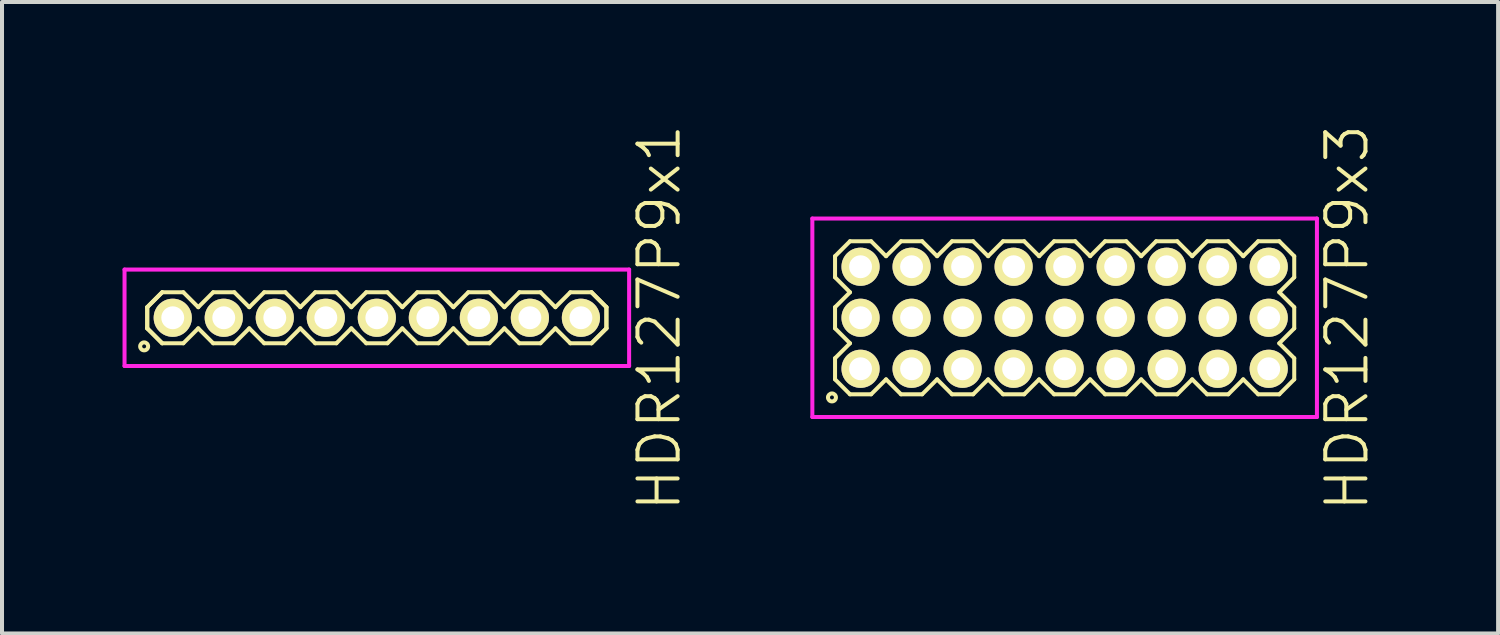
<source format=kicad_pcb>
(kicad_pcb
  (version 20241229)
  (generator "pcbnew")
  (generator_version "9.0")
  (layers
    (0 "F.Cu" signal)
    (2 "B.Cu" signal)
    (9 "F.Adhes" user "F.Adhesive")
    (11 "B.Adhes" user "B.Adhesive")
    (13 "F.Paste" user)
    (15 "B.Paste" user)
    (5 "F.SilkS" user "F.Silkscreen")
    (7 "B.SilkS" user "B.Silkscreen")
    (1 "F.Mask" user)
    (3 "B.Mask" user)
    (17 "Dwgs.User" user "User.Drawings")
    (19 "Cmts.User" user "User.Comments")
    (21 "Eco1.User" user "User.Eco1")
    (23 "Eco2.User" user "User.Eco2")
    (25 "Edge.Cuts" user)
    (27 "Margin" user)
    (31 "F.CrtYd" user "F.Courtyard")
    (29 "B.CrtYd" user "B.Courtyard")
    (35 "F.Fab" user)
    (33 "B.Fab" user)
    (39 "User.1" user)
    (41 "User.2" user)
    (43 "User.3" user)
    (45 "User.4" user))
  (footprint "HDR127P9x3"
    (layer "F.Cu")
    (at 23.451 4.86)
    (property "Reference" "HDR127P9x3" (at 7.03 0 90) (layer "F.SilkS") (effects (font (size 1 1) (thickness 0.1))))
    (attr through_hole)
    (fp_line (start -5.715 -1.533) (end -5.343 -1.905) (stroke (width 0.1) (type solid)) (layer "F.SilkS"))
    (fp_line (start -5.715 -1.007) (end -5.715 -1.533) (stroke (width 0.1) (type solid)) (layer "F.SilkS"))
    (fp_line (start -5.715 -0.263) (end -5.343 -0.635) (stroke (width 0.1) (type solid)) (layer "F.SilkS"))
    (fp_line (start -5.715 0.263) (end -5.715 -0.263) (stroke (width 0.1) (type solid)) (layer "F.SilkS"))
    (fp_line (start -5.715 1.007) (end -5.343 0.635) (stroke (width 0.1) (type solid)) (layer "F.SilkS"))
    (fp_line (start -5.715 1.533) (end -5.715 1.007) (stroke (width 0.1) (type solid)) (layer "F.SilkS"))
    (fp_line (start -5.343 -1.905) (end -4.817 -1.905) (stroke (width 0.1) (type solid)) (layer "F.SilkS"))
    (fp_line (start -5.343 -0.635) (end -5.715 -1.007) (stroke (width 0.1) (type solid)) (layer "F.SilkS"))
    (fp_line (start -5.343 0.635) (end -5.715 0.263) (stroke (width 0.1) (type solid)) (layer "F.SilkS"))
    (fp_line (start -5.343 1.905) (end -5.715 1.533) (stroke (width 0.1) (type solid)) (layer "F.SilkS"))
    (fp_line (start -4.817 -1.905) (end -4.445 -1.533) (stroke (width 0.1) (type solid)) (layer "F.SilkS"))
    (fp_line (start -4.817 1.905) (end -5.343 1.905) (stroke (width 0.1) (type solid)) (layer "F.SilkS"))
    (fp_line (start -4.445 -1.533) (end -4.073 -1.905) (stroke (width 0.1) (type solid)) (layer "F.SilkS"))
    (fp_line (start -4.445 1.533) (end -4.817 1.905) (stroke (width 0.1) (type solid)) (layer "F.SilkS"))
    (fp_line (start -4.073 -1.905) (end -3.547 -1.905) (stroke (width 0.1) (type solid)) (layer "F.SilkS"))
    (fp_line (start -4.073 1.905) (end -4.445 1.533) (stroke (width 0.1) (type solid)) (layer "F.SilkS"))
    (fp_line (start -3.547 -1.905) (end -3.175 -1.533) (stroke (width 0.1) (type solid)) (layer "F.SilkS"))
    (fp_line (start -3.547 1.905) (end -4.073 1.905) (stroke (width 0.1) (type solid)) (layer "F.SilkS"))
    (fp_line (start -3.175 -1.533) (end -2.803 -1.905) (stroke (width 0.1) (type solid)) (layer "F.SilkS"))
    (fp_line (start -3.175 1.533) (end -3.547 1.905) (stroke (width 0.1) (type solid)) (layer "F.SilkS"))
    (fp_line (start -2.803 -1.905) (end -2.277 -1.905) (stroke (width 0.1) (type solid)) (layer "F.SilkS"))
    (fp_line (start -2.803 1.905) (end -3.175 1.533) (stroke (width 0.1) (type solid)) (layer "F.SilkS"))
    (fp_line (start -2.277 -1.905) (end -1.905 -1.533) (stroke (width 0.1) (type solid)) (layer "F.SilkS"))
    (fp_line (start -2.277 1.905) (end -2.803 1.905) (stroke (width 0.1) (type solid)) (layer "F.SilkS"))
    (fp_line (start -1.905 -1.533) (end -1.533 -1.905) (stroke (width 0.1) (type solid)) (layer "F.SilkS"))
    (fp_line (start -1.905 1.533) (end -2.277 1.905) (stroke (width 0.1) (type solid)) (layer "F.SilkS"))
    (fp_line (start -1.533 -1.905) (end -1.007 -1.905) (stroke (width 0.1) (type solid)) (layer "F.SilkS"))
    (fp_line (start -1.533 1.905) (end -1.905 1.533) (stroke (width 0.1) (type solid)) (layer "F.SilkS"))
    (fp_line (start -1.007 -1.905) (end -0.635 -1.533) (stroke (width 0.1) (type solid)) (layer "F.SilkS"))
    (fp_line (start -1.007 1.905) (end -1.533 1.905) (stroke (width 0.1) (type solid)) (layer "F.SilkS"))
    (fp_line (start -0.635 -1.533) (end -0.263 -1.905) (stroke (width 0.1) (type solid)) (layer "F.SilkS"))
    (fp_line (start -0.635 1.533) (end -1.007 1.905) (stroke (width 0.1) (type solid)) (layer "F.SilkS"))
    (fp_line (start -0.263 -1.905) (end 0.263 -1.905) (stroke (width 0.1) (type solid)) (layer "F.SilkS"))
    (fp_line (start -0.263 1.905) (end -0.635 1.533) (stroke (width 0.1) (type solid)) (layer "F.SilkS"))
    (fp_line (start 0.263 -1.905) (end 0.635 -1.533) (stroke (width 0.1) (type solid)) (layer "F.SilkS"))
    (fp_line (start 0.263 1.905) (end -0.263 1.905) (stroke (width 0.1) (type solid)) (layer "F.SilkS"))
    (fp_line (start 0.635 -1.533) (end 1.007 -1.905) (stroke (width 0.1) (type solid)) (layer "F.SilkS"))
    (fp_line (start 0.635 1.533) (end 0.263 1.905) (stroke (width 0.1) (type solid)) (layer "F.SilkS"))
    (fp_line (start 1.007 -1.905) (end 1.533 -1.905) (stroke (width 0.1) (type solid)) (layer "F.SilkS"))
    (fp_line (start 1.007 1.905) (end 0.635 1.533) (stroke (width 0.1) (type solid)) (layer "F.SilkS"))
    (fp_line (start 1.533 -1.905) (end 1.905 -1.533) (stroke (width 0.1) (type solid)) (layer "F.SilkS"))
    (fp_line (start 1.533 1.905) (end 1.007 1.905) (stroke (width 0.1) (type solid)) (layer "F.SilkS"))
    (fp_line (start 1.905 -1.533) (end 2.277 -1.905) (stroke (width 0.1) (type solid)) (layer "F.SilkS"))
    (fp_line (start 1.905 1.533) (end 1.533 1.905) (stroke (width 0.1) (type solid)) (layer "F.SilkS"))
    (fp_line (start 2.277 -1.905) (end 2.803 -1.905) (stroke (width 0.1) (type solid)) (layer "F.SilkS"))
    (fp_line (start 2.277 1.905) (end 1.905 1.533) (stroke (width 0.1) (type solid)) (layer "F.SilkS"))
    (fp_line (start 2.803 -1.905) (end 3.175 -1.533) (stroke (width 0.1) (type solid)) (layer "F.SilkS"))
    (fp_line (start 2.803 1.905) (end 2.277 1.905) (stroke (width 0.1) (type solid)) (layer "F.SilkS"))
    (fp_line (start 3.175 -1.533) (end 3.547 -1.905) (stroke (width 0.1) (type solid)) (layer "F.SilkS"))
    (fp_line (start 3.175 1.533) (end 2.803 1.905) (stroke (width 0.1) (type solid)) (layer "F.SilkS"))
    (fp_line (start 3.547 -1.905) (end 4.073 -1.905) (stroke (width 0.1) (type solid)) (layer "F.SilkS"))
    (fp_line (start 3.547 1.905) (end 3.175 1.533) (stroke (width 0.1) (type solid)) (layer "F.SilkS"))
    (fp_line (start 4.073 -1.905) (end 4.445 -1.533) (stroke (width 0.1) (type solid)) (layer "F.SilkS"))
    (fp_line (start 4.073 1.905) (end 3.547 1.905) (stroke (width 0.1) (type solid)) (layer "F.SilkS"))
    (fp_line (start 4.445 -1.533) (end 4.817 -1.905) (stroke (width 0.1) (type solid)) (layer "F.SilkS"))
    (fp_line (start 4.445 1.533) (end 4.073 1.905) (stroke (width 0.1) (type solid)) (layer "F.SilkS"))
    (fp_line (start 4.817 -1.905) (end 5.343 -1.905) (stroke (width 0.1) (type solid)) (layer "F.SilkS"))
    (fp_line (start 4.817 1.905) (end 4.445 1.533) (stroke (width 0.1) (type solid)) (layer "F.SilkS"))
    (fp_line (start 5.343 -1.905) (end 5.715 -1.533) (stroke (width 0.1) (type solid)) (layer "F.SilkS"))
    (fp_line (start 5.343 -0.635) (end 5.715 -0.263) (stroke (width 0.1) (type solid)) (layer "F.SilkS"))
    (fp_line (start 5.343 0.635) (end 5.715 1.007) (stroke (width 0.1) (type solid)) (layer "F.SilkS"))
    (fp_line (start 5.343 1.905) (end 4.817 1.905) (stroke (width 0.1) (type solid)) (layer "F.SilkS"))
    (fp_line (start 5.715 -1.533) (end 5.715 -1.007) (stroke (width 0.1) (type solid)) (layer "F.SilkS"))
    (fp_line (start 5.715 -1.007) (end 5.343 -0.635) (stroke (width 0.1) (type solid)) (layer "F.SilkS"))
    (fp_line (start 5.715 -0.263) (end 5.715 0.263) (stroke (width 0.1) (type solid)) (layer "F.SilkS"))
    (fp_line (start 5.715 0.263) (end 5.343 0.635) (stroke (width 0.1) (type solid)) (layer "F.SilkS"))
    (fp_line (start 5.715 1.007) (end 5.715 1.533) (stroke (width 0.1) (type solid)) (layer "F.SilkS"))
    (fp_line (start 5.715 1.533) (end 5.343 1.905) (stroke (width 0.1) (type solid)) (layer "F.SilkS"))
    (fp_circle (center -5.792 1.983) (end -5.693 1.983) (stroke (width 0.1) (type solid)) (fill no) (layer "F.SilkS"))
    (fp_line (start -6.28 -2.47) (end -6.28 2.47) (stroke (width 0.1) (type solid)) (layer "F.CrtYd"))
    (fp_line (start -6.28 2.47) (end 6.28 2.47) (stroke (width 0.1) (type solid)) (layer "F.CrtYd"))
    (fp_line (start 6.28 -2.47) (end -6.28 -2.47) (stroke (width 0.1) (type solid)) (layer "F.CrtYd"))
    (fp_line (start 6.28 2.47) (end 6.28 -2.47) (stroke (width 0.1) (type solid)) (layer "F.CrtYd"))
    (pad "1" thru_hole oval (at -5.08 1.27) (size 0.95 0.95) (drill 0.57) (layers "*.Cu" "*.Mask" "F.SilkS"))
    (pad "2" thru_hole oval (at -5.08 0) (size 0.95 0.95) (drill 0.57) (layers "*.Cu" "*.Mask" "F.SilkS"))
    (pad "3" thru_hole oval (at -5.08 -1.27) (size 0.95 0.95) (drill 0.57) (layers "*.Cu" "*.Mask" "F.SilkS"))
    (pad "4" thru_hole oval (at -3.81 1.27) (size 0.95 0.95) (drill 0.57) (layers "*.Cu" "*.Mask" "F.SilkS"))
    (pad "5" thru_hole oval (at -3.81 0) (size 0.95 0.95) (drill 0.57) (layers "*.Cu" "*.Mask" "F.SilkS"))
    (pad "6" thru_hole oval (at -3.81 -1.27) (size 0.95 0.95) (drill 0.57) (layers "*.Cu" "*.Mask" "F.SilkS"))
    (pad "7" thru_hole oval (at -2.54 1.27) (size 0.95 0.95) (drill 0.57) (layers "*.Cu" "*.Mask" "F.SilkS"))
    (pad "8" thru_hole oval (at -2.54 0) (size 0.95 0.95) (drill 0.57) (layers "*.Cu" "*.Mask" "F.SilkS"))
    (pad "9" thru_hole oval (at -2.54 -1.27) (size 0.95 0.95) (drill 0.57) (layers "*.Cu" "*.Mask" "F.SilkS"))
    (pad "10" thru_hole oval (at -1.27 1.27) (size 0.95 0.95) (drill 0.57) (layers "*.Cu" "*.Mask" "F.SilkS"))
    (pad "11" thru_hole oval (at -1.27 0) (size 0.95 0.95) (drill 0.57) (layers "*.Cu" "*.Mask" "F.SilkS"))
    (pad "12" thru_hole oval (at -1.27 -1.27) (size 0.95 0.95) (drill 0.57) (layers "*.Cu" "*.Mask" "F.SilkS"))
    (pad "13" thru_hole oval (at 0 1.27) (size 0.95 0.95) (drill 0.57) (layers "*.Cu" "*.Mask" "F.SilkS"))
    (pad "14" thru_hole oval (at 0 0) (size 0.95 0.95) (drill 0.57) (layers "*.Cu" "*.Mask" "F.SilkS"))
    (pad "15" thru_hole oval (at 0 -1.27) (size 0.95 0.95) (drill 0.57) (layers "*.Cu" "*.Mask" "F.SilkS"))
    (pad "16" thru_hole oval (at 1.27 1.27) (size 0.95 0.95) (drill 0.57) (layers "*.Cu" "*.Mask" "F.SilkS"))
    (pad "17" thru_hole oval (at 1.27 0) (size 0.95 0.95) (drill 0.57) (layers "*.Cu" "*.Mask" "F.SilkS"))
    (pad "18" thru_hole oval (at 1.27 -1.27) (size 0.95 0.95) (drill 0.57) (layers "*.Cu" "*.Mask" "F.SilkS"))
    (pad "19" thru_hole oval (at 2.54 1.27) (size 0.95 0.95) (drill 0.57) (layers "*.Cu" "*.Mask" "F.SilkS"))
    (pad "20" thru_hole oval (at 2.54 0) (size 0.95 0.95) (drill 0.57) (layers "*.Cu" "*.Mask" "F.SilkS"))
    (pad "21" thru_hole oval (at 2.54 -1.27) (size 0.95 0.95) (drill 0.57) (layers "*.Cu" "*.Mask" "F.SilkS"))
    (pad "22" thru_hole oval (at 3.81 1.27) (size 0.95 0.95) (drill 0.57) (layers "*.Cu" "*.Mask" "F.SilkS"))
    (pad "23" thru_hole oval (at 3.81 0) (size 0.95 0.95) (drill 0.57) (layers "*.Cu" "*.Mask" "F.SilkS"))
    (pad "24" thru_hole oval (at 3.81 -1.27) (size 0.95 0.95) (drill 0.57) (layers "*.Cu" "*.Mask" "F.SilkS"))
    (pad "25" thru_hole oval (at 5.08 1.27) (size 0.95 0.95) (drill 0.57) (layers "*.Cu" "*.Mask" "F.SilkS"))
    (pad "26" thru_hole oval (at 5.08 0) (size 0.95 0.95) (drill 0.57) (layers "*.Cu" "*.Mask" "F.SilkS"))
    (pad "27" thru_hole oval (at 5.08 -1.27) (size 0.95 0.95) (drill 0.57) (layers "*.Cu" "*.Mask" "F.SilkS")))
  (footprint "HDR127P9x1"
    (layer "F.Cu")
    (at 6.33 4.86)
    (property "Reference" "HDR127P9x1" (at 7.03 0 90) (layer "F.SilkS") (effects (font (size 1 1) (thickness 0.1))))
    (attr through_hole)
    (fp_line (start -5.715 -0.263) (end -5.343 -0.635) (stroke (width 0.1) (type solid)) (layer "F.SilkS"))
    (fp_line (start -5.715 -0.263) (end -5.343 -0.635) (stroke (width 0.1) (type solid)) (layer "F.SilkS"))
    (fp_line (start -5.715 0.263) (end -5.715 -0.263) (stroke (width 0.1) (type solid)) (layer "F.SilkS"))
    (fp_line (start -5.715 0.263) (end -5.715 -0.263) (stroke (width 0.1) (type solid)) (layer "F.SilkS"))
    (fp_line (start -5.343 -0.635) (end -4.817 -0.635) (stroke (width 0.1) (type solid)) (layer "F.SilkS"))
    (fp_line (start -5.343 0.635) (end -5.715 0.263) (stroke (width 0.1) (type solid)) (layer "F.SilkS"))
    (fp_line (start -5.343 0.635) (end -5.715 0.263) (stroke (width 0.1) (type solid)) (layer "F.SilkS"))
    (fp_line (start -4.817 -0.635) (end -4.445 -0.263) (stroke (width 0.1) (type solid)) (layer "F.SilkS"))
    (fp_line (start -4.817 0.635) (end -5.343 0.635) (stroke (width 0.1) (type solid)) (layer "F.SilkS"))
    (fp_line (start -4.445 -0.263) (end -4.073 -0.635) (stroke (width 0.1) (type solid)) (layer "F.SilkS"))
    (fp_line (start -4.445 0.263) (end -4.817 0.635) (stroke (width 0.1) (type solid)) (layer "F.SilkS"))
    (fp_line (start -4.073 -0.635) (end -3.547 -0.635) (stroke (width 0.1) (type solid)) (layer "F.SilkS"))
    (fp_line (start -4.073 0.635) (end -4.445 0.263) (stroke (width 0.1) (type solid)) (layer "F.SilkS"))
    (fp_line (start -3.547 -0.635) (end -3.175 -0.263) (stroke (width 0.1) (type solid)) (layer "F.SilkS"))
    (fp_line (start -3.547 0.635) (end -4.073 0.635) (stroke (width 0.1) (type solid)) (layer "F.SilkS"))
    (fp_line (start -3.175 -0.263) (end -2.803 -0.635) (stroke (width 0.1) (type solid)) (layer "F.SilkS"))
    (fp_line (start -3.175 0.263) (end -3.547 0.635) (stroke (width 0.1) (type solid)) (layer "F.SilkS"))
    (fp_line (start -2.803 -0.635) (end -2.277 -0.635) (stroke (width 0.1) (type solid)) (layer "F.SilkS"))
    (fp_line (start -2.803 0.635) (end -3.175 0.263) (stroke (width 0.1) (type solid)) (layer "F.SilkS"))
    (fp_line (start -2.277 -0.635) (end -1.905 -0.263) (stroke (width 0.1) (type solid)) (layer "F.SilkS"))
    (fp_line (start -2.277 0.635) (end -2.803 0.635) (stroke (width 0.1) (type solid)) (layer "F.SilkS"))
    (fp_line (start -1.905 -0.263) (end -1.533 -0.635) (stroke (width 0.1) (type solid)) (layer "F.SilkS"))
    (fp_line (start -1.905 0.263) (end -2.277 0.635) (stroke (width 0.1) (type solid)) (layer "F.SilkS"))
    (fp_line (start -1.533 -0.635) (end -1.007 -0.635) (stroke (width 0.1) (type solid)) (layer "F.SilkS"))
    (fp_line (start -1.533 0.635) (end -1.905 0.263) (stroke (width 0.1) (type solid)) (layer "F.SilkS"))
    (fp_line (start -1.007 -0.635) (end -0.635 -0.263) (stroke (width 0.1) (type solid)) (layer "F.SilkS"))
    (fp_line (start -1.007 0.635) (end -1.533 0.635) (stroke (width 0.1) (type solid)) (layer "F.SilkS"))
    (fp_line (start -0.635 -0.263) (end -0.263 -0.635) (stroke (width 0.1) (type solid)) (layer "F.SilkS"))
    (fp_line (start -0.635 0.263) (end -1.007 0.635) (stroke (width 0.1) (type solid)) (layer "F.SilkS"))
    (fp_line (start -0.263 -0.635) (end 0.263 -0.635) (stroke (width 0.1) (type solid)) (layer "F.SilkS"))
    (fp_line (start -0.263 0.635) (end -0.635 0.263) (stroke (width 0.1) (type solid)) (layer "F.SilkS"))
    (fp_line (start 0.263 -0.635) (end 0.635 -0.263) (stroke (width 0.1) (type solid)) (layer "F.SilkS"))
    (fp_line (start 0.263 0.635) (end -0.263 0.635) (stroke (width 0.1) (type solid)) (layer "F.SilkS"))
    (fp_line (start 0.635 -0.263) (end 1.007 -0.635) (stroke (width 0.1) (type solid)) (layer "F.SilkS"))
    (fp_line (start 0.635 0.263) (end 0.263 0.635) (stroke (width 0.1) (type solid)) (layer "F.SilkS"))
    (fp_line (start 1.007 -0.635) (end 1.533 -0.635) (stroke (width 0.1) (type solid)) (layer "F.SilkS"))
    (fp_line (start 1.007 0.635) (end 0.635 0.263) (stroke (width 0.1) (type solid)) (layer "F.SilkS"))
    (fp_line (start 1.533 -0.635) (end 1.905 -0.263) (stroke (width 0.1) (type solid)) (layer "F.SilkS"))
    (fp_line (start 1.533 0.635) (end 1.007 0.635) (stroke (width 0.1) (type solid)) (layer "F.SilkS"))
    (fp_line (start 1.905 -0.263) (end 2.277 -0.635) (stroke (width 0.1) (type solid)) (layer "F.SilkS"))
    (fp_line (start 1.905 0.263) (end 1.533 0.635) (stroke (width 0.1) (type solid)) (layer "F.SilkS"))
    (fp_line (start 2.277 -0.635) (end 2.803 -0.635) (stroke (width 0.1) (type solid)) (layer "F.SilkS"))
    (fp_line (start 2.277 0.635) (end 1.905 0.263) (stroke (width 0.1) (type solid)) (layer "F.SilkS"))
    (fp_line (start 2.803 -0.635) (end 3.175 -0.263) (stroke (width 0.1) (type solid)) (layer "F.SilkS"))
    (fp_line (start 2.803 0.635) (end 2.277 0.635) (stroke (width 0.1) (type solid)) (layer "F.SilkS"))
    (fp_line (start 3.175 -0.263) (end 3.547 -0.635) (stroke (width 0.1) (type solid)) (layer "F.SilkS"))
    (fp_line (start 3.175 0.263) (end 2.803 0.635) (stroke (width 0.1) (type solid)) (layer "F.SilkS"))
    (fp_line (start 3.547 -0.635) (end 4.073 -0.635) (stroke (width 0.1) (type solid)) (layer "F.SilkS"))
    (fp_line (start 3.547 0.635) (end 3.175 0.263) (stroke (width 0.1) (type solid)) (layer "F.SilkS"))
    (fp_line (start 4.073 -0.635) (end 4.445 -0.263) (stroke (width 0.1) (type solid)) (layer "F.SilkS"))
    (fp_line (start 4.073 0.635) (end 3.547 0.635) (stroke (width 0.1) (type solid)) (layer "F.SilkS"))
    (fp_line (start 4.445 -0.263) (end 4.817 -0.635) (stroke (width 0.1) (type solid)) (layer "F.SilkS"))
    (fp_line (start 4.445 0.263) (end 4.073 0.635) (stroke (width 0.1) (type solid)) (layer "F.SilkS"))
    (fp_line (start 4.817 -0.635) (end 5.343 -0.635) (stroke (width 0.1) (type solid)) (layer "F.SilkS"))
    (fp_line (start 4.817 0.635) (end 4.445 0.263) (stroke (width 0.1) (type solid)) (layer "F.SilkS"))
    (fp_line (start 5.343 -0.635) (end 5.715 -0.263) (stroke (width 0.1) (type solid)) (layer "F.SilkS"))
    (fp_line (start 5.343 -0.635) (end 5.715 -0.263) (stroke (width 0.1) (type solid)) (layer "F.SilkS"))
    (fp_line (start 5.343 0.635) (end 4.817 0.635) (stroke (width 0.1) (type solid)) (layer "F.SilkS"))
    (fp_line (start 5.715 -0.263) (end 5.715 0.263) (stroke (width 0.1) (type solid)) (layer "F.SilkS"))
    (fp_line (start 5.715 -0.263) (end 5.715 0.263) (stroke (width 0.1) (type solid)) (layer "F.SilkS"))
    (fp_line (start 5.715 0.263) (end 5.343 0.635) (stroke (width 0.1) (type solid)) (layer "F.SilkS"))
    (fp_line (start 5.715 0.263) (end 5.343 0.635) (stroke (width 0.1) (type solid)) (layer "F.SilkS"))
    (fp_circle (center -5.792 0.712) (end -5.693 0.712) (stroke (width 0.1) (type solid)) (fill no) (layer "F.SilkS"))
    (fp_line (start -6.28 -1.2) (end -6.28 1.2) (stroke (width 0.1) (type solid)) (layer "F.CrtYd"))
    (fp_line (start -6.28 1.2) (end 6.28 1.2) (stroke (width 0.1) (type solid)) (layer "F.CrtYd"))
    (fp_line (start 6.28 -1.2) (end -6.28 -1.2) (stroke (width 0.1) (type solid)) (layer "F.CrtYd"))
    (fp_line (start 6.28 1.2) (end 6.28 -1.2) (stroke (width 0.1) (type solid)) (layer "F.CrtYd"))
    (pad "1" thru_hole oval (at -5.08 0) (size 0.95 0.95) (drill 0.57) (layers "*.Cu" "*.Mask" "F.SilkS"))
    (pad "2" thru_hole oval (at -3.81 0) (size 0.95 0.95) (drill 0.57) (layers "*.Cu" "*.Mask" "F.SilkS"))
    (pad "3" thru_hole oval (at -2.54 0) (size 0.95 0.95) (drill 0.57) (layers "*.Cu" "*.Mask" "F.SilkS"))
    (pad "4" thru_hole oval (at -1.27 0) (size 0.95 0.95) (drill 0.57) (layers "*.Cu" "*.Mask" "F.SilkS"))
    (pad "5" thru_hole oval (at 0 0) (size 0.95 0.95) (drill 0.57) (layers "*.Cu" "*.Mask" "F.SilkS"))
    (pad "6" thru_hole oval (at 1.27 0) (size 0.95 0.95) (drill 0.57) (layers "*.Cu" "*.Mask" "F.SilkS"))
    (pad "7" thru_hole oval (at 2.54 0) (size 0.95 0.95) (drill 0.57) (layers "*.Cu" "*.Mask" "F.SilkS"))
    (pad "8" thru_hole oval (at 3.81 0) (size 0.95 0.95) (drill 0.57) (layers "*.Cu" "*.Mask" "F.SilkS"))
    (pad "9" thru_hole oval (at 5.08 0) (size 0.95 0.95) (drill 0.57) (layers "*.Cu" "*.Mask" "F.SilkS")))
  (gr_rect
    (start -3 -3)
    (end 34.241 12.719)
    (stroke (width 0.1) (type default))
    (fill no)
    (layer "Edge.Cuts")))
</source>
